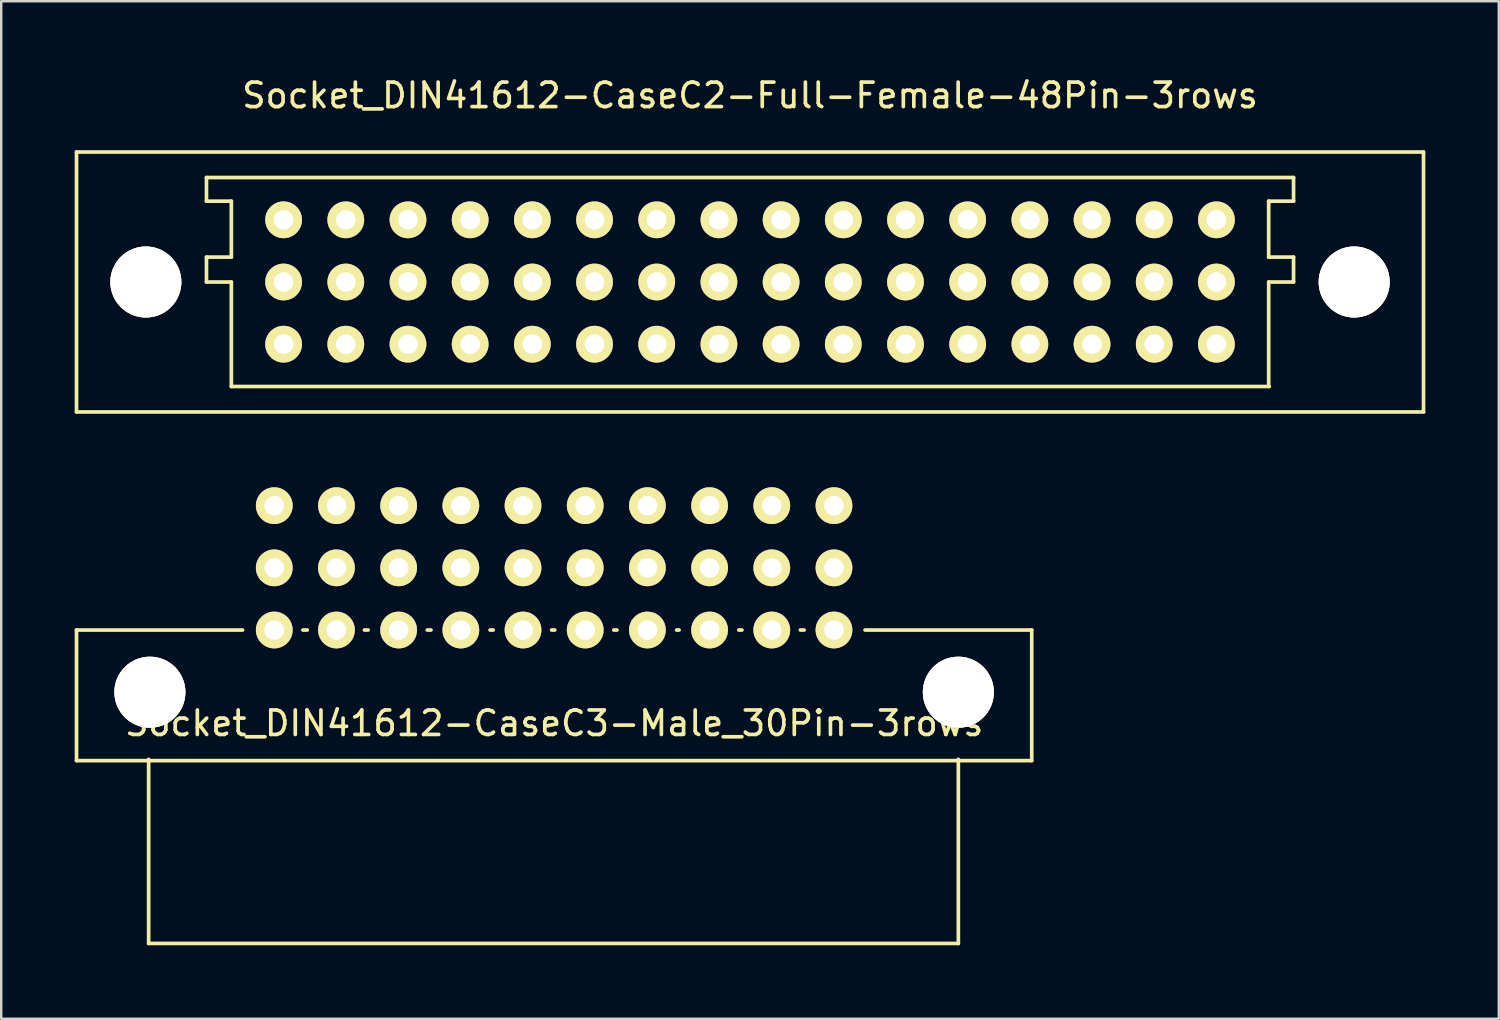
<source format=kicad_pcb>
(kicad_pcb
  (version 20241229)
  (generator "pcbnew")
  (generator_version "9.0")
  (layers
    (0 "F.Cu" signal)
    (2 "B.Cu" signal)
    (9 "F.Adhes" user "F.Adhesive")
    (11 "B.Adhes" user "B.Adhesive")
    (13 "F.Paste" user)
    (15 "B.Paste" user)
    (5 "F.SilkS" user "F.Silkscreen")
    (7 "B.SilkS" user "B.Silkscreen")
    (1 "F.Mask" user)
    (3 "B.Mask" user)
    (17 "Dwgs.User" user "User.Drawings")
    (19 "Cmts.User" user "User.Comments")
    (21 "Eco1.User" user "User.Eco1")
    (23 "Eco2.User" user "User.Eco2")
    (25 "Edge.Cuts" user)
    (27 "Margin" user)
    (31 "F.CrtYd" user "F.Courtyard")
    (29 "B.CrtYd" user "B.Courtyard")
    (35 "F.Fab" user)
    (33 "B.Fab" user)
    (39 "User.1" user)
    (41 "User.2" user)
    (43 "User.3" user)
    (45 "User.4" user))
  (footprint "Socket_DIN41612-CaseC3-Male_30Pin-3rows"
    (layer "F.Cu")
    (at 19.582 20.142)
    (property "Reference" "Socket_DIN41612-CaseC3-Male_30Pin-3rows" (at 0 6.35 0) (layer "F.SilkS") (effects (font (size 1 1) (thickness 0.15))))
    (attr through_hole)
    (fp_line (start -19.507 2.54) (end -12.725 2.54) (stroke (width 0.15) (type solid)) (layer "F.SilkS"))
    (fp_line (start -19.507 7.874) (end -19.507 2.54) (stroke (width 0.15) (type solid)) (layer "F.SilkS"))
    (fp_line (start -16.561 15.342) (end -16.561 7.823) (stroke (width 0.15) (type solid)) (layer "F.SilkS"))
    (fp_line (start -10.262 2.54) (end -10.084 2.54) (stroke (width 0.15) (type solid)) (layer "F.SilkS"))
    (fp_line (start -7.747 2.54) (end -7.595 2.54) (stroke (width 0.15) (type solid)) (layer "F.SilkS"))
    (fp_line (start -5.182 2.54) (end -5.029 2.54) (stroke (width 0.15) (type solid)) (layer "F.SilkS"))
    (fp_line (start -2.616 2.54) (end -2.489 2.54) (stroke (width 0.15) (type solid)) (layer "F.SilkS"))
    (fp_line (start -0.102 2.54) (end 0.025 2.54) (stroke (width 0.15) (type solid)) (layer "F.SilkS"))
    (fp_line (start 2.438 2.54) (end 2.565 2.54) (stroke (width 0.15) (type solid)) (layer "F.SilkS"))
    (fp_line (start 5.004 2.54) (end 5.105 2.54) (stroke (width 0.15) (type solid)) (layer "F.SilkS"))
    (fp_line (start 7.544 2.54) (end 7.671 2.54) (stroke (width 0.15) (type solid)) (layer "F.SilkS"))
    (fp_line (start 10.058 2.54) (end 10.211 2.54) (stroke (width 0.15) (type solid)) (layer "F.SilkS"))
    (fp_line (start 12.7 2.54) (end 19.507 2.54) (stroke (width 0.15) (type solid)) (layer "F.SilkS"))
    (fp_line (start 16.51 7.823) (end 16.51 15.342) (stroke (width 0.15) (type solid)) (layer "F.SilkS"))
    (fp_line (start 16.51 15.342) (end -16.561 15.342) (stroke (width 0.15) (type solid)) (layer "F.SilkS"))
    (fp_line (start 19.507 2.54) (end 19.507 7.874) (stroke (width 0.15) (type solid)) (layer "F.SilkS"))
    (fp_line (start 19.507 7.874) (end -19.507 7.874) (stroke (width 0.15) (type solid)) (layer "F.SilkS"))
    (pad "1" thru_hole circle (at -16.51 5.08) (size 2.901 2.901) (drill 2.901) (layers "*.Cu" "*.Mask" "F.SilkS"))
    (pad "1" thru_hole circle (at 16.51 5.08) (size 2.901 2.901) (drill 2.901) (layers "*.Cu" "*.Mask" "F.SilkS"))
    (pad "1a" thru_hole circle (at 11.43 -2.54 180) (size 1.501 1.501) (drill 0.8) (layers "*.Cu" "*.Mask" "F.SilkS"))
    (pad "1b" thru_hole circle (at 11.43 0 180) (size 1.501 1.501) (drill 0.8) (layers "*.Cu" "*.Mask" "F.SilkS"))
    (pad "1c" thru_hole circle (at 11.43 2.54 180) (size 1.501 1.501) (drill 0.8) (layers "*.Cu" "*.Mask" "F.SilkS"))
    (pad "2a" thru_hole circle (at 8.89 -2.54 180) (size 1.501 1.501) (drill 0.8) (layers "*.Cu" "*.Mask" "F.SilkS"))
    (pad "2b" thru_hole circle (at 8.89 0 180) (size 1.501 1.501) (drill 0.8) (layers "*.Cu" "*.Mask" "F.SilkS"))
    (pad "2c" thru_hole circle (at 8.89 2.54 180) (size 1.501 1.501) (drill 0.8) (layers "*.Cu" "*.Mask" "F.SilkS"))
    (pad "3a" thru_hole circle (at 6.35 -2.54 180) (size 1.501 1.501) (drill 0.8) (layers "*.Cu" "*.Mask" "F.SilkS"))
    (pad "3b" thru_hole circle (at 6.35 0 180) (size 1.501 1.501) (drill 0.8) (layers "*.Cu" "*.Mask" "F.SilkS"))
    (pad "3c" thru_hole circle (at 6.35 2.54 180) (size 1.501 1.501) (drill 0.8) (layers "*.Cu" "*.Mask" "F.SilkS"))
    (pad "4a" thru_hole circle (at 3.81 -2.54 180) (size 1.501 1.501) (drill 0.8) (layers "*.Cu" "*.Mask" "F.SilkS"))
    (pad "4b" thru_hole circle (at 3.81 0 180) (size 1.501 1.501) (drill 0.8) (layers "*.Cu" "*.Mask" "F.SilkS"))
    (pad "4c" thru_hole circle (at 3.81 2.54 180) (size 1.501 1.501) (drill 0.8) (layers "*.Cu" "*.Mask" "F.SilkS"))
    (pad "5a" thru_hole circle (at 1.27 -2.54 180) (size 1.501 1.501) (drill 0.8) (layers "*.Cu" "*.Mask" "F.SilkS"))
    (pad "5b" thru_hole circle (at 1.27 0 180) (size 1.501 1.501) (drill 0.8) (layers "*.Cu" "*.Mask" "F.SilkS"))
    (pad "5c" thru_hole circle (at 1.27 2.54 180) (size 1.501 1.501) (drill 0.8) (layers "*.Cu" "*.Mask" "F.SilkS"))
    (pad "6a" thru_hole circle (at -1.27 -2.54 180) (size 1.501 1.501) (drill 0.8) (layers "*.Cu" "*.Mask" "F.SilkS"))
    (pad "6b" thru_hole circle (at -1.27 0 180) (size 1.501 1.501) (drill 0.8) (layers "*.Cu" "*.Mask" "F.SilkS"))
    (pad "6c" thru_hole circle (at -1.27 2.54 180) (size 1.501 1.501) (drill 0.8) (layers "*.Cu" "*.Mask" "F.SilkS"))
    (pad "7a" thru_hole circle (at -3.81 -2.54 180) (size 1.501 1.501) (drill 0.8) (layers "*.Cu" "*.Mask" "F.SilkS"))
    (pad "7b" thru_hole circle (at -3.81 0 180) (size 1.501 1.501) (drill 0.8) (layers "*.Cu" "*.Mask" "F.SilkS"))
    (pad "7c" thru_hole circle (at -3.81 2.54 180) (size 1.501 1.501) (drill 0.8) (layers "*.Cu" "*.Mask" "F.SilkS"))
    (pad "8a" thru_hole circle (at -6.35 -2.54 180) (size 1.501 1.501) (drill 0.8) (layers "*.Cu" "*.Mask" "F.SilkS"))
    (pad "8b" thru_hole circle (at -6.35 0 180) (size 1.501 1.501) (drill 0.8) (layers "*.Cu" "*.Mask" "F.SilkS"))
    (pad "8c" thru_hole circle (at -6.35 2.54 180) (size 1.501 1.501) (drill 0.8) (layers "*.Cu" "*.Mask" "F.SilkS"))
    (pad "9a" thru_hole circle (at -8.89 -2.54 180) (size 1.501 1.501) (drill 0.8) (layers "*.Cu" "*.Mask" "F.SilkS"))
    (pad "9b" thru_hole circle (at -8.89 0 180) (size 1.501 1.501) (drill 0.8) (layers "*.Cu" "*.Mask" "F.SilkS"))
    (pad "9c" thru_hole circle (at -8.89 2.54 180) (size 1.501 1.501) (drill 0.8) (layers "*.Cu" "*.Mask" "F.SilkS"))
    (pad "10a" thru_hole circle (at -11.43 -2.54 180) (size 1.501 1.501) (drill 0.8) (layers "*.Cu" "*.Mask" "F.SilkS"))
    (pad "10b" thru_hole circle (at -11.43 0 180) (size 1.501 1.501) (drill 0.8) (layers "*.Cu" "*.Mask" "F.SilkS"))
    (pad "10c" thru_hole circle (at -11.43 2.54 180) (size 1.501 1.501) (drill 0.8) (layers "*.Cu" "*.Mask" "F.SilkS")))
  (footprint "Socket_DIN41612-CaseC2-Full-Female-48Pin-3rows"
    (layer "F.Cu")
    (at 27.583 8.468)
    (property "Reference" "Socket_DIN41612-CaseC2-Full-Female-48Pin-3rows" (at 0 -7.62 0) (layer "F.SilkS") (effects (font (size 1 1) (thickness 0.15))))
    (attr through_hole)
    (fp_line (start -27.508 -5.309) (end -27.508 5.309) (stroke (width 0.15) (type solid)) (layer "F.SilkS"))
    (fp_line (start -27.508 5.309) (end 27.508 5.309) (stroke (width 0.15) (type solid)) (layer "F.SilkS"))
    (fp_line (start -22.2 -3.302) (end -22.2 -4.267) (stroke (width 0.15) (type solid)) (layer "F.SilkS"))
    (fp_line (start -22.2 -1.016) (end -21.184 -1.016) (stroke (width 0.15) (type solid)) (layer "F.SilkS"))
    (fp_line (start -22.2 0) (end -22.2 -1.016) (stroke (width 0.15) (type solid)) (layer "F.SilkS"))
    (fp_line (start -21.184 -3.302) (end -22.2 -3.302) (stroke (width 0.15) (type solid)) (layer "F.SilkS"))
    (fp_line (start -21.184 -1.016) (end -21.184 -3.302) (stroke (width 0.15) (type solid)) (layer "F.SilkS"))
    (fp_line (start -21.184 0) (end -22.2 0) (stroke (width 0.15) (type solid)) (layer "F.SilkS"))
    (fp_line (start -21.184 4.267) (end -21.184 0) (stroke (width 0.15) (type solid)) (layer "F.SilkS"))
    (fp_line (start 21.184 -3.302) (end 22.2 -3.302) (stroke (width 0.15) (type solid)) (layer "F.SilkS"))
    (fp_line (start 21.184 -1.016) (end 21.184 -3.302) (stroke (width 0.15) (type solid)) (layer "F.SilkS"))
    (fp_line (start 21.184 0) (end 22.2 0) (stroke (width 0.15) (type solid)) (layer "F.SilkS"))
    (fp_line (start 21.184 4.267) (end 21.184 0) (stroke (width 0.15) (type solid)) (layer "F.SilkS"))
    (fp_line (start 21.209 4.267) (end -21.184 4.267) (stroke (width 0.15) (type solid)) (layer "F.SilkS"))
    (fp_line (start 22.2 -4.267) (end -22.2 -4.267) (stroke (width 0.15) (type solid)) (layer "F.SilkS"))
    (fp_line (start 22.2 -3.302) (end 22.2 -4.267) (stroke (width 0.15) (type solid)) (layer "F.SilkS"))
    (fp_line (start 22.2 -1.016) (end 21.184 -1.016) (stroke (width 0.15) (type solid)) (layer "F.SilkS"))
    (fp_line (start 22.2 0) (end 22.2 -1.016) (stroke (width 0.15) (type solid)) (layer "F.SilkS"))
    (fp_line (start 27.508 -5.309) (end -27.508 -5.309) (stroke (width 0.15) (type solid)) (layer "F.SilkS"))
    (fp_line (start 27.508 5.309) (end 27.508 -5.309) (stroke (width 0.15) (type solid)) (layer "F.SilkS"))
    (pad "1" thru_hole circle (at -24.676 0) (size 2.901 2.901) (drill 2.901) (layers "*.Cu" "*.Mask" "F.SilkS"))
    (pad "1" thru_hole circle (at 24.676 0) (size 2.901 2.901) (drill 2.901) (layers "*.Cu" "*.Mask" "F.SilkS"))
    (pad "1a" thru_hole circle (at 19.05 -2.54 180) (size 1.501 1.501) (drill 0.8) (layers "*.Cu" "*.Mask" "F.SilkS"))
    (pad "1b" thru_hole circle (at 19.05 0 180) (size 1.501 1.501) (drill 0.8) (layers "*.Cu" "*.Mask" "F.SilkS"))
    (pad "1c" thru_hole circle (at 19.05 2.54 180) (size 1.501 1.501) (drill 0.8) (layers "*.Cu" "*.Mask" "F.SilkS"))
    (pad "2a" thru_hole circle (at 16.51 -2.54 180) (size 1.501 1.501) (drill 0.8) (layers "*.Cu" "*.Mask" "F.SilkS"))
    (pad "2b" thru_hole circle (at 16.51 0 180) (size 1.501 1.501) (drill 0.8) (layers "*.Cu" "*.Mask" "F.SilkS"))
    (pad "2c" thru_hole circle (at 16.51 2.54 180) (size 1.501 1.501) (drill 0.8) (layers "*.Cu" "*.Mask" "F.SilkS"))
    (pad "3a" thru_hole circle (at 13.97 -2.54 180) (size 1.501 1.501) (drill 0.8) (layers "*.Cu" "*.Mask" "F.SilkS"))
    (pad "3b" thru_hole circle (at 13.97 0 180) (size 1.501 1.501) (drill 0.8) (layers "*.Cu" "*.Mask" "F.SilkS"))
    (pad "3c" thru_hole circle (at 13.97 2.54 180) (size 1.501 1.501) (drill 0.8) (layers "*.Cu" "*.Mask" "F.SilkS"))
    (pad "4a" thru_hole circle (at 11.43 -2.54 180) (size 1.501 1.501) (drill 0.8) (layers "*.Cu" "*.Mask" "F.SilkS"))
    (pad "4b" thru_hole circle (at 11.43 0 180) (size 1.501 1.501) (drill 0.8) (layers "*.Cu" "*.Mask" "F.SilkS"))
    (pad "4c" thru_hole circle (at 11.43 2.54 180) (size 1.501 1.501) (drill 0.8) (layers "*.Cu" "*.Mask" "F.SilkS"))
    (pad "5a" thru_hole circle (at 8.89 -2.54 180) (size 1.501 1.501) (drill 0.8) (layers "*.Cu" "*.Mask" "F.SilkS"))
    (pad "5b" thru_hole circle (at 8.89 0 180) (size 1.501 1.501) (drill 0.8) (layers "*.Cu" "*.Mask" "F.SilkS"))
    (pad "5c" thru_hole circle (at 8.89 2.54 180) (size 1.501 1.501) (drill 0.8) (layers "*.Cu" "*.Mask" "F.SilkS"))
    (pad "6a" thru_hole circle (at 6.35 -2.54 180) (size 1.501 1.501) (drill 0.8) (layers "*.Cu" "*.Mask" "F.SilkS"))
    (pad "6b" thru_hole circle (at 6.35 0 180) (size 1.501 1.501) (drill 0.8) (layers "*.Cu" "*.Mask" "F.SilkS"))
    (pad "6c" thru_hole circle (at 6.35 2.54 180) (size 1.501 1.501) (drill 0.8) (layers "*.Cu" "*.Mask" "F.SilkS"))
    (pad "7a" thru_hole circle (at 3.81 -2.54 180) (size 1.501 1.501) (drill 0.8) (layers "*.Cu" "*.Mask" "F.SilkS"))
    (pad "7b" thru_hole circle (at 3.81 0 180) (size 1.501 1.501) (drill 0.8) (layers "*.Cu" "*.Mask" "F.SilkS"))
    (pad "7c" thru_hole circle (at 3.81 2.54 180) (size 1.501 1.501) (drill 0.8) (layers "*.Cu" "*.Mask" "F.SilkS"))
    (pad "8a" thru_hole circle (at 1.27 -2.54 180) (size 1.501 1.501) (drill 0.8) (layers "*.Cu" "*.Mask" "F.SilkS"))
    (pad "8b" thru_hole circle (at 1.27 0 180) (size 1.501 1.501) (drill 0.8) (layers "*.Cu" "*.Mask" "F.SilkS"))
    (pad "8c" thru_hole circle (at 1.27 2.54 180) (size 1.501 1.501) (drill 0.8) (layers "*.Cu" "*.Mask" "F.SilkS"))
    (pad "9a" thru_hole circle (at -1.27 -2.54 180) (size 1.501 1.501) (drill 0.8) (layers "*.Cu" "*.Mask" "F.SilkS"))
    (pad "9b" thru_hole circle (at -1.27 0 180) (size 1.501 1.501) (drill 0.8) (layers "*.Cu" "*.Mask" "F.SilkS"))
    (pad "9c" thru_hole circle (at -1.27 2.54 180) (size 1.501 1.501) (drill 0.8) (layers "*.Cu" "*.Mask" "F.SilkS"))
    (pad "10a" thru_hole circle (at -3.81 -2.54 180) (size 1.501 1.501) (drill 0.8) (layers "*.Cu" "*.Mask" "F.SilkS"))
    (pad "10b" thru_hole circle (at -3.81 0 180) (size 1.501 1.501) (drill 0.8) (layers "*.Cu" "*.Mask" "F.SilkS"))
    (pad "10c" thru_hole circle (at -3.81 2.54 180) (size 1.501 1.501) (drill 0.8) (layers "*.Cu" "*.Mask" "F.SilkS"))
    (pad "11a" thru_hole circle (at -6.35 -2.54 180) (size 1.501 1.501) (drill 0.8) (layers "*.Cu" "*.Mask" "F.SilkS"))
    (pad "11b" thru_hole circle (at -6.35 0 180) (size 1.501 1.501) (drill 0.8) (layers "*.Cu" "*.Mask" "F.SilkS"))
    (pad "11c" thru_hole circle (at -6.35 2.54 180) (size 1.501 1.501) (drill 0.8) (layers "*.Cu" "*.Mask" "F.SilkS"))
    (pad "12a" thru_hole circle (at -8.89 -2.54 180) (size 1.501 1.501) (drill 0.8) (layers "*.Cu" "*.Mask" "F.SilkS"))
    (pad "12b" thru_hole circle (at -8.89 0 180) (size 1.501 1.501) (drill 0.8) (layers "*.Cu" "*.Mask" "F.SilkS"))
    (pad "12c" thru_hole circle (at -8.89 2.54 180) (size 1.501 1.501) (drill 0.8) (layers "*.Cu" "*.Mask" "F.SilkS"))
    (pad "13a" thru_hole circle (at -11.43 -2.54 180) (size 1.501 1.501) (drill 0.8) (layers "*.Cu" "*.Mask" "F.SilkS"))
    (pad "13b" thru_hole circle (at -11.43 0 180) (size 1.501 1.501) (drill 0.8) (layers "*.Cu" "*.Mask" "F.SilkS"))
    (pad "13c" thru_hole circle (at -11.43 2.54 180) (size 1.501 1.501) (drill 0.8) (layers "*.Cu" "*.Mask" "F.SilkS"))
    (pad "14a" thru_hole circle (at -13.97 -2.54 180) (size 1.501 1.501) (drill 0.8) (layers "*.Cu" "*.Mask" "F.SilkS"))
    (pad "14b" thru_hole circle (at -13.97 0 180) (size 1.501 1.501) (drill 0.8) (layers "*.Cu" "*.Mask" "F.SilkS"))
    (pad "14c" thru_hole circle (at -13.97 2.54 180) (size 1.501 1.501) (drill 0.8) (layers "*.Cu" "*.Mask" "F.SilkS"))
    (pad "15a" thru_hole circle (at -16.51 -2.54 180) (size 1.501 1.501) (drill 0.8) (layers "*.Cu" "*.Mask" "F.SilkS"))
    (pad "15b" thru_hole circle (at -16.51 0 180) (size 1.501 1.501) (drill 0.8) (layers "*.Cu" "*.Mask" "F.SilkS"))
    (pad "15c" thru_hole circle (at -16.51 2.54 180) (size 1.501 1.501) (drill 0.8) (layers "*.Cu" "*.Mask" "F.SilkS"))
    (pad "16a" thru_hole circle (at -19.05 -2.54 180) (size 1.501 1.501) (drill 0.8) (layers "*.Cu" "*.Mask" "F.SilkS"))
    (pad "16b" thru_hole circle (at -19.05 0 180) (size 1.501 1.501) (drill 0.8) (layers "*.Cu" "*.Mask" "F.SilkS"))
    (pad "16c" thru_hole circle (at -19.05 2.54 180) (size 1.501 1.501) (drill 0.8) (layers "*.Cu" "*.Mask" "F.SilkS")))
  (gr_rect
    (start -3 -3)
    (end 58.166 38.559)
    (stroke (width 0.1) (type default))
    (fill no)
    (layer "Edge.Cuts")))
</source>
